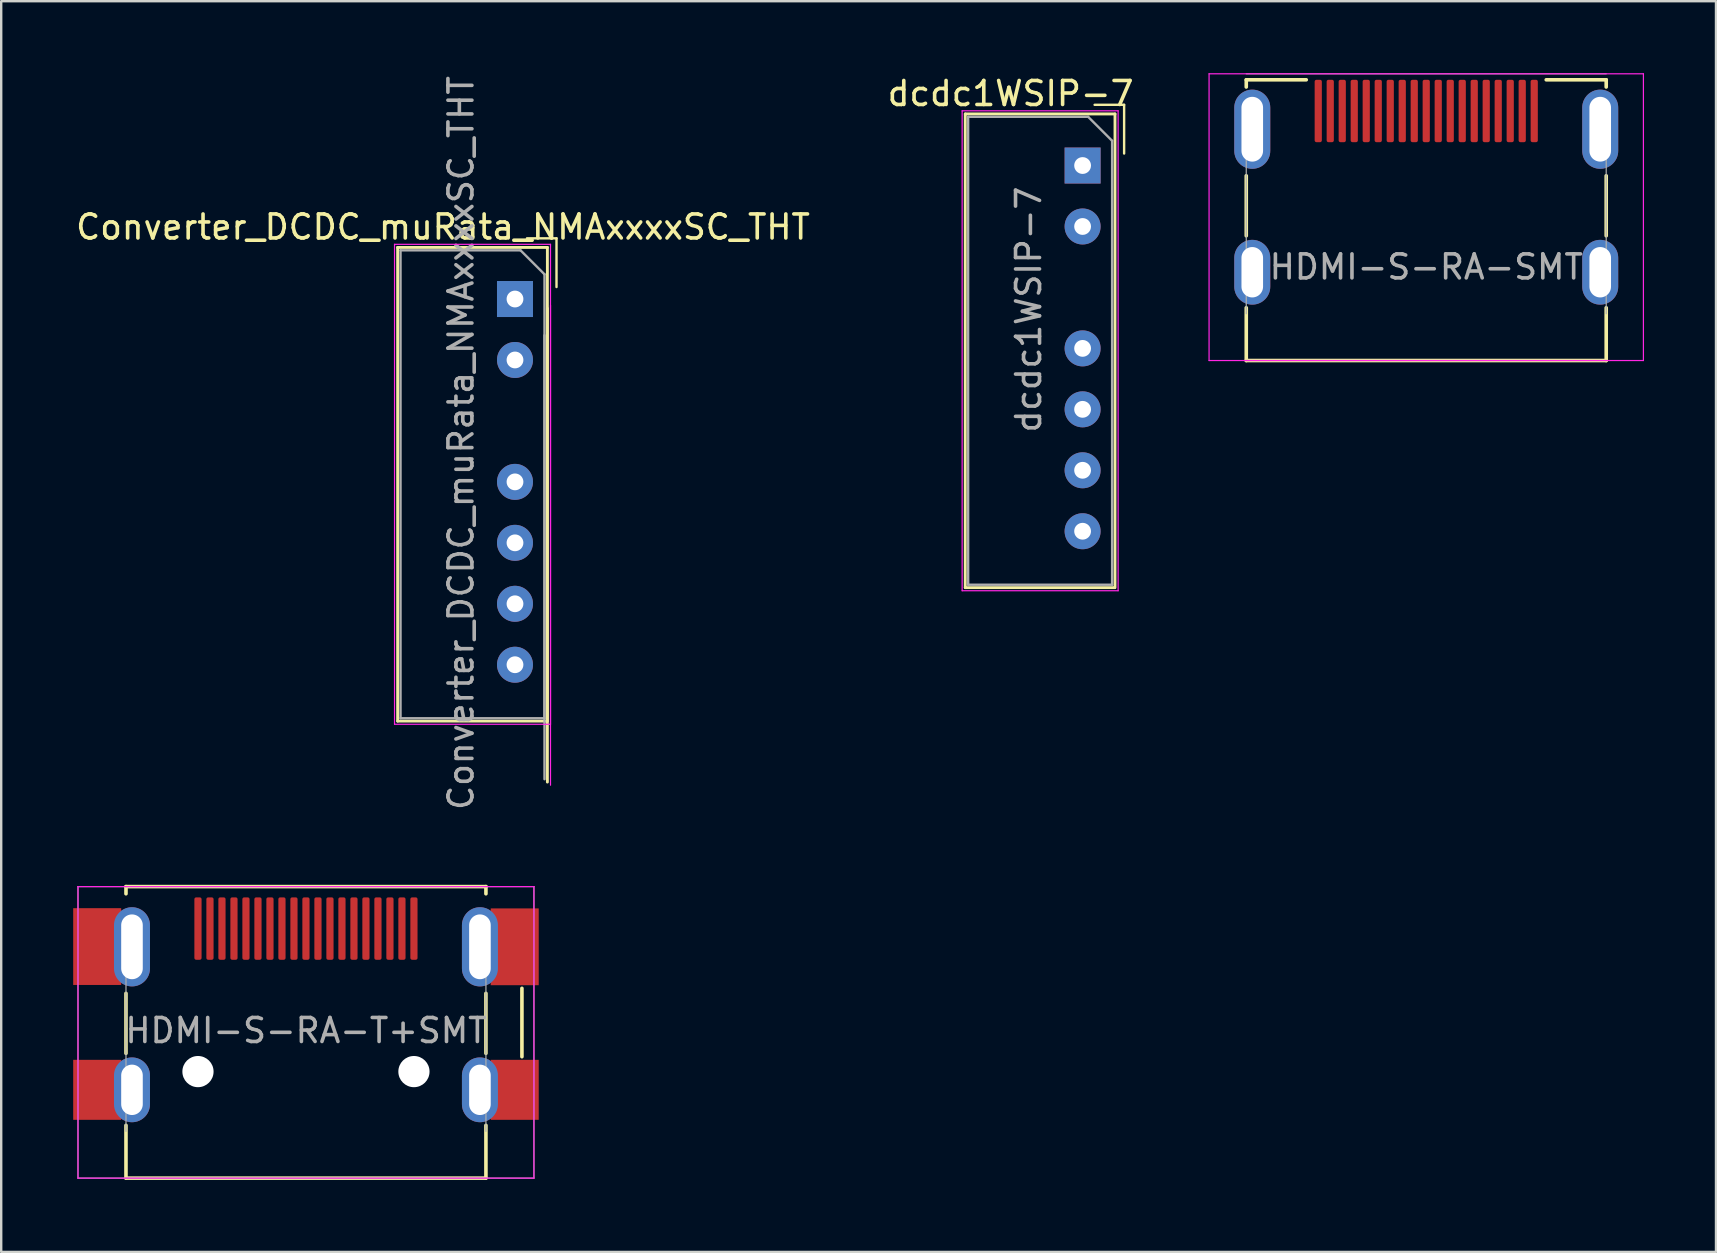
<source format=kicad_pcb>
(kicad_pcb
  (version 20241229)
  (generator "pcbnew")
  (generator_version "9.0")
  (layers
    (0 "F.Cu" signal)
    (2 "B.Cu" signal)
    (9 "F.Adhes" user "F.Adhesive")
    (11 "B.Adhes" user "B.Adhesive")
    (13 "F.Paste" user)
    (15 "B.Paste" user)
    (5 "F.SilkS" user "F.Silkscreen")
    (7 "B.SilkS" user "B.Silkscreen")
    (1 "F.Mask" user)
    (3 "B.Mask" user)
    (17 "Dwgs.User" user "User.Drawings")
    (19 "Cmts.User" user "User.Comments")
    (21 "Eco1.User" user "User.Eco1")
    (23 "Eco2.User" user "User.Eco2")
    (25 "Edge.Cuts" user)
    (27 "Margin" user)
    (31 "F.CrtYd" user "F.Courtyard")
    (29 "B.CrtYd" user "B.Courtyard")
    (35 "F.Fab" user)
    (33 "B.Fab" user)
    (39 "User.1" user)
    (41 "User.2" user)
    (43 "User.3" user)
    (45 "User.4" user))
  (footprint "Converter_DCDC_muRata_NMAxxxxSC_THT"
    (layer "F.Cu")
    (at 18.411 9.411)
    (property "Reference" "Converter_DCDC_muRata_NMAxxxxSC_THT" (at -3 -3 0) (layer "F.SilkS") (effects (font (size 1 1) (thickness 0.15))))
    (attr through_hole)
    (fp_line (start -4.89 -2.15) (end -4.89 17.59) (stroke (width 0.12) (type solid)) (layer "F.SilkS"))
    (fp_line (start -4.89 17.59) (end 1.33 17.59) (stroke (width 0.12) (type solid)) (layer "F.SilkS"))
    (fp_line (start 1.35 -2.15) (end -4.89 -2.15) (stroke (width 0.12) (type solid)) (layer "F.SilkS"))
    (fp_line (start 1.35 17.59) (end 1.35 -2.15) (stroke (width 0.12) (type solid)) (layer "F.SilkS"))
    (fp_line (start 1.35 20.13) (end 1.35 0.39) (stroke (width 0.12) (type solid)) (layer "F.SilkS"))
    (fp_line (start 1.73 -2.53) (end 0.5 -2.53) (stroke (width 0.1) (type solid)) (layer "F.SilkS"))
    (fp_line (start 1.73 -2.53) (end 1.73 -0.5) (stroke (width 0.1) (type solid)) (layer "F.SilkS"))
    (fp_line (start -5.02 -2.28) (end -5.02 17.72) (stroke (width 0.05) (type solid)) (layer "F.CrtYd"))
    (fp_line (start -5.02 17.72) (end 1.48 17.72) (stroke (width 0.05) (type solid)) (layer "F.CrtYd"))
    (fp_line (start 1.48 -2.28) (end -5.02 -2.28) (stroke (width 0.05) (type solid)) (layer "F.CrtYd"))
    (fp_line (start 1.48 17.72) (end 1.48 -2.28) (stroke (width 0.05) (type solid)) (layer "F.CrtYd"))
    (fp_line (start 1.48 20.26) (end 1.48 0.26) (stroke (width 0.05) (type solid)) (layer "F.CrtYd"))
    (fp_line (start -4.77 -2.03) (end -4.77 17.47) (stroke (width 0.1) (type solid)) (layer "F.Fab"))
    (fp_line (start -4.77 17.47) (end 1.23 17.47) (stroke (width 0.1) (type solid)) (layer "F.Fab"))
    (fp_line (start 0.23 -2.03) (end -4.77 -2.03) (stroke (width 0.1) (type solid)) (layer "F.Fab"))
    (fp_line (start 0.23 -2.03) (end 1.23 -1.03) (stroke (width 0.1) (type solid)) (layer "F.Fab"))
    (fp_line (start 1.23 17.47) (end 1.23 -1.03) (stroke (width 0.1) (type solid)) (layer "F.Fab"))
    (fp_line (start 1.23 20.01) (end 1.23 1.51) (stroke (width 0.1) (type solid)) (layer "F.Fab"))
    (fp_text user "${REFERENCE}" (at -2.25 6 90) (layer "F.Fab") (effects (font (size 1 1) (thickness 0.15))))
    (pad "1" thru_hole rect (at 0 0) (size 1.5 1.5) (drill 0.7) (layers "*.Cu" "*.Mask"))
    (pad "2" thru_hole oval (at 0 2.54) (size 1.5 1.5) (drill 0.7) (layers "*.Cu" "*.Mask"))
    (pad "4" thru_hole oval (at 0 7.62) (size 1.5 1.5) (drill 0.7) (layers "*.Cu" "*.Mask"))
    (pad "5" thru_hole oval (at 0 10.16) (size 1.5 1.5) (drill 0.7) (layers "*.Cu" "*.Mask"))
    (pad "6" thru_hole oval (at 0 12.7) (size 1.5 1.5) (drill 0.7) (layers "*.Cu" "*.Mask"))
    (pad "7" thru_hole oval (at 0 15.24) (size 1.5 1.5) (drill 0.7) (layers "*.Cu" "*.Mask")))
  (footprint "dcdc1WSIP-7"
    (layer "F.Cu")
    (at 42.065 3.848)
    (property "Reference" "dcdc1WSIP-7" (at -3 -3 0) (layer "F.SilkS") (effects (font (size 1 1) (thickness 0.15))))
    (attr through_hole)
    (fp_line (start -4.89 -2.15) (end -4.89 17.59) (stroke (width 0.12) (type solid)) (layer "F.SilkS"))
    (fp_line (start -4.89 17.59) (end 1.33 17.59) (stroke (width 0.12) (type solid)) (layer "F.SilkS"))
    (fp_line (start 1.35 -2.15) (end -4.89 -2.15) (stroke (width 0.12) (type solid)) (layer "F.SilkS"))
    (fp_line (start 1.35 17.59) (end 1.35 -2.15) (stroke (width 0.12) (type solid)) (layer "F.SilkS"))
    (fp_line (start 1.73 -2.53) (end 0.5 -2.53) (stroke (width 0.1) (type solid)) (layer "F.SilkS"))
    (fp_line (start 1.73 -2.53) (end 1.73 -0.5) (stroke (width 0.1) (type solid)) (layer "F.SilkS"))
    (fp_line (start -5.02 -2.28) (end -5.02 17.72) (stroke (width 0.05) (type solid)) (layer "F.CrtYd"))
    (fp_line (start -5.02 17.72) (end 1.48 17.72) (stroke (width 0.05) (type solid)) (layer "F.CrtYd"))
    (fp_line (start 1.48 -2.28) (end -5.02 -2.28) (stroke (width 0.05) (type solid)) (layer "F.CrtYd"))
    (fp_line (start 1.48 17.72) (end 1.48 -2.28) (stroke (width 0.05) (type solid)) (layer "F.CrtYd"))
    (fp_line (start -4.77 -2.03) (end -4.77 17.47) (stroke (width 0.1) (type solid)) (layer "F.Fab"))
    (fp_line (start -4.77 17.47) (end 1.23 17.47) (stroke (width 0.1) (type solid)) (layer "F.Fab"))
    (fp_line (start 0.23 -2.03) (end -4.77 -2.03) (stroke (width 0.1) (type solid)) (layer "F.Fab"))
    (fp_line (start 0.23 -2.03) (end 1.23 -1.03) (stroke (width 0.1) (type solid)) (layer "F.Fab"))
    (fp_line (start 1.23 17.47) (end 1.23 -1.03) (stroke (width 0.1) (type solid)) (layer "F.Fab"))
    (fp_text user "${REFERENCE}" (at -2.25 6 90) (layer "F.Fab") (effects (font (size 1 1) (thickness 0.15))))
    (pad "1" thru_hole rect (at 0 0) (size 1.5 1.5) (drill 0.7) (layers "*.Cu" "*.Mask"))
    (pad "2" thru_hole oval (at 0 2.54) (size 1.5 1.5) (drill 0.7) (layers "*.Cu" "*.Mask"))
    (pad "4" thru_hole oval (at 0 7.62) (size 1.5 1.5) (drill 0.7) (layers "*.Cu" "*.Mask"))
    (pad "5" thru_hole oval (at 0 10.16) (size 1.5 1.5) (drill 0.7) (layers "*.Cu" "*.Mask"))
    (pad "6" thru_hole oval (at 0 12.7) (size 1.5 1.5) (drill 0.7) (layers "*.Cu" "*.Mask"))
    (pad "7" thru_hole oval (at 0 15.24) (size 1.5 1.5) (drill 0.7) (layers "*.Cu" "*.Mask")))
  (footprint "HDMI-S-RA-SMT"
    (layer "F.Cu")
    (at 56.385 0.275)
    (property "Reference" "HDMI-S-RA-SMT" (at 0 7.8 0) (layer "F.Fab") (effects (font (size 1 1) (thickness 0.15))))
    (attr through_hole)
    (fp_line (start -7.5 0) (end -7.5 0.3) (stroke (width 0.15) (type solid)) (layer "F.SilkS"))
    (fp_line (start -7.5 0) (end -5 0) (stroke (width 0.15) (type solid)) (layer "F.SilkS"))
    (fp_line (start -7.5 6.5) (end -7.5 4) (stroke (width 0.15) (type solid)) (layer "F.SilkS"))
    (fp_line (start -7.5 11.7) (end -7.5 9.5) (stroke (width 0.15) (type solid)) (layer "F.SilkS"))
    (fp_line (start -7.5 11.7) (end 7.5 11.7) (stroke (width 0.15) (type solid)) (layer "F.SilkS"))
    (fp_line (start 5 0) (end 7.5 0) (stroke (width 0.15) (type solid)) (layer "F.SilkS"))
    (fp_line (start 7.5 0) (end 7.5 0.3) (stroke (width 0.15) (type solid)) (layer "F.SilkS"))
    (fp_line (start 7.5 6.5) (end 7.5 4) (stroke (width 0.15) (type solid)) (layer "F.SilkS"))
    (fp_line (start 7.5 9.5) (end 7.5 11.7) (stroke (width 0.15) (type solid)) (layer "F.SilkS"))
    (fp_line (start -9.05 -0.25) (end -9.05 11.7) (stroke (width 0.05) (type solid)) (layer "F.CrtYd"))
    (fp_line (start -9.05 -0.25) (end 9.05 -0.25) (stroke (width 0.05) (type solid)) (layer "F.CrtYd"))
    (fp_line (start -9.05 11.7) (end 9.05 11.7) (stroke (width 0.05) (type solid)) (layer "F.CrtYd"))
    (fp_line (start 9.05 11.7) (end 9.05 -0.25) (stroke (width 0.05) (type solid)) (layer "F.CrtYd"))
    (fp_line (start -7.5 -0.25) (end 7.5 -0.25) (stroke (width 0.05) (type solid)) (layer "F.Fab"))
    (fp_line (start -7.5 9.75) (end -7.5 0.95) (stroke (width 0.05) (type solid)) (layer "F.Fab"))
    (fp_line (start -7.5 11.7) (end 7.5 11.7) (stroke (width 0.05) (type solid)) (layer "F.Fab"))
    (fp_line (start 7.5 0.95) (end 7.5 9.75) (stroke (width 0.05) (type solid)) (layer "F.Fab"))
    (pad "1" smd roundrect (at 4.5 1.3) (size 0.3 2.6) (layers "F.Cu" "F.Mask" "F.Paste") (roundrect_rratio 0.25))
    (pad "2" smd roundrect (at 4 1.3) (size 0.3 2.6) (layers "F.Cu" "F.Mask" "F.Paste") (roundrect_rratio 0.25))
    (pad "3" smd roundrect (at 3.5 1.3) (size 0.3 2.6) (layers "F.Cu" "F.Mask" "F.Paste") (roundrect_rratio 0.25))
    (pad "4" smd roundrect (at 3 1.3) (size 0.3 2.6) (layers "F.Cu" "F.Mask" "F.Paste") (roundrect_rratio 0.25))
    (pad "5" smd roundrect (at 2.5 1.3) (size 0.3 2.6) (layers "F.Cu" "F.Mask" "F.Paste") (roundrect_rratio 0.25))
    (pad "6" smd roundrect (at 2 1.3) (size 0.3 2.6) (layers "F.Cu" "F.Mask" "F.Paste") (roundrect_rratio 0.25))
    (pad "7" smd roundrect (at 1.5 1.3) (size 0.3 2.6) (layers "F.Cu" "F.Mask" "F.Paste") (roundrect_rratio 0.25))
    (pad "8" smd roundrect (at 1 1.3) (size 0.3 2.6) (layers "F.Cu" "F.Mask" "F.Paste") (roundrect_rratio 0.25))
    (pad "9" smd roundrect (at 0.5 1.3) (size 0.3 2.6) (layers "F.Cu" "F.Mask" "F.Paste") (roundrect_rratio 0.25))
    (pad "10" smd roundrect (at 0 1.3) (size 0.3 2.6) (layers "F.Cu" "F.Mask" "F.Paste") (roundrect_rratio 0.25))
    (pad "11" smd roundrect (at -0.5 1.3) (size 0.3 2.6) (layers "F.Cu" "F.Mask" "F.Paste") (roundrect_rratio 0.25))
    (pad "12" smd roundrect (at -1 1.3) (size 0.3 2.6) (layers "F.Cu" "F.Mask" "F.Paste") (roundrect_rratio 0.25))
    (pad "13" smd roundrect (at -1.5 1.3) (size 0.3 2.6) (layers "F.Cu" "F.Mask" "F.Paste") (roundrect_rratio 0.25))
    (pad "14" smd roundrect (at -2 1.3) (size 0.3 2.6) (layers "F.Cu" "F.Mask" "F.Paste") (roundrect_rratio 0.25))
    (pad "15" smd roundrect (at -2.5 1.3) (size 0.3 2.6) (layers "F.Cu" "F.Mask" "F.Paste") (roundrect_rratio 0.25))
    (pad "16" smd roundrect (at -3 1.3) (size 0.3 2.6) (layers "F.Cu" "F.Mask" "F.Paste") (roundrect_rratio 0.25))
    (pad "17" smd roundrect (at -3.5 1.3) (size 0.3 2.6) (layers "F.Cu" "F.Mask" "F.Paste") (roundrect_rratio 0.25))
    (pad "18" smd roundrect (at -4 1.3) (size 0.3 2.6) (layers "F.Cu" "F.Mask" "F.Paste") (roundrect_rratio 0.25))
    (pad "19" smd roundrect (at -4.5 1.3) (size 0.3 2.6) (layers "F.Cu" "F.Mask" "F.Paste") (roundrect_rratio 0.25))
    (pad "SH" thru_hole oval (at -7.25 2.06) (size 1.5 3.3) (drill oval 0.9 2.7) (layers "*.Cu" "*.Mask"))
    (pad "SH" thru_hole oval (at -7.25 8.02) (size 1.5 2.7) (drill oval 0.9 2.1) (layers "*.Cu" "*.Mask"))
    (pad "SH" thru_hole oval (at 7.25 2.06) (size 1.5 3.3) (drill oval 0.9 2.7) (layers "*.Cu" "*.Mask"))
    (pad "SH" thru_hole oval (at 7.25 8.02) (size 1.5 2.7) (drill oval 0.9 2.1) (layers "*.Cu" "*.Mask")))
  (footprint "HDMI-S-RA-T+SMT"
    (layer "F.Cu")
    (at 9.7 34.346)
    (property "Reference" "HDMI-S-RA-T+SMT" (at 0 5.55 0) (layer "F.Fab") (effects (font (size 1 1) (thickness 0.15))))
    (attr through_hole)
    (fp_line (start -7.5 -0.45) (end -7.5 -0.15) (stroke (width 0.15) (type solid)) (layer "F.SilkS"))
    (fp_line (start -7.5 -0.45) (end 7.5 -0.45) (stroke (width 0.15) (type solid)) (layer "F.SilkS"))
    (fp_line (start -7.5 6.5) (end -7.5 4) (stroke (width 0.15) (type solid)) (layer "F.SilkS"))
    (fp_line (start -7.5 11.7) (end -7.5 9.5) (stroke (width 0.15) (type solid)) (layer "F.SilkS"))
    (fp_line (start -7.5 11.7) (end 7.5 11.7) (stroke (width 0.15) (type solid)) (layer "F.SilkS"))
    (fp_line (start 7.5 -0.45) (end 7.5 -0.15) (stroke (width 0.15) (type solid)) (layer "F.SilkS"))
    (fp_line (start 7.5 6.5) (end 7.5 4) (stroke (width 0.15) (type solid)) (layer "F.SilkS"))
    (fp_line (start 7.5 9.5) (end 7.5 11.7) (stroke (width 0.15) (type solid)) (layer "F.SilkS"))
    (fp_line (start 9 6.64) (end 9 3.79) (stroke (width 0.15) (type solid)) (layer "F.SilkS"))
    (fp_line (start -9.5 -0.45) (end -9.5 11.7) (stroke (width 0.05) (type solid)) (layer "F.CrtYd"))
    (fp_line (start -9.5 -0.45) (end 9.5 -0.45) (stroke (width 0.05) (type solid)) (layer "F.CrtYd"))
    (fp_line (start -9.5 11.7) (end 9.5 11.7) (stroke (width 0.05) (type solid)) (layer "F.CrtYd"))
    (fp_line (start 9.5 -0.45) (end 9.5 11.7) (stroke (width 0.05) (type solid)) (layer "F.CrtYd"))
    (fp_line (start -9.5 -0.45) (end 9.5 -0.45) (stroke (width 0.05) (type solid)) (layer "F.Fab"))
    (fp_line (start -9.5 11.7) (end -9.5 -0.45) (stroke (width 0.05) (type solid)) (layer "F.Fab"))
    (fp_line (start -9.5 11.7) (end 9.5 11.7) (stroke (width 0.05) (type solid)) (layer "F.Fab"))
    (fp_line (start -7.5 9.75) (end -7.5 0.95) (stroke (width 0.05) (type solid)) (layer "F.Fab"))
    (fp_line (start 7.5 0.95) (end 7.5 9.75) (stroke (width 0.05) (type solid)) (layer "F.Fab"))
    (fp_line (start 9.5 -0.45) (end 9.5 11.7) (stroke (width 0.05) (type solid)) (layer "F.Fab"))
    (pad "" np_thru_hole circle (at -4.5 7.26) (size 1.3 1.3) (drill 1.3) (layers "*.Cu" "*.Mask"))
    (pad "" np_thru_hole circle (at 4.5 7.26) (size 1.3 1.3) (drill 1.3) (layers "*.Cu" "*.Mask"))
    (pad "1" smd roundrect (at 4.5 1.3) (size 0.3 2.6) (layers "F.Cu" "F.Mask" "F.Paste") (roundrect_rratio 0.25))
    (pad "2" smd roundrect (at 4 1.3) (size 0.3 2.6) (layers "F.Cu" "F.Mask" "F.Paste") (roundrect_rratio 0.25))
    (pad "3" smd roundrect (at 3.5 1.3) (size 0.3 2.6) (layers "F.Cu" "F.Mask" "F.Paste") (roundrect_rratio 0.25))
    (pad "4" smd roundrect (at 3 1.3) (size 0.3 2.6) (layers "F.Cu" "F.Mask" "F.Paste") (roundrect_rratio 0.25))
    (pad "5" smd roundrect (at 2.5 1.3) (size 0.3 2.6) (layers "F.Cu" "F.Mask" "F.Paste") (roundrect_rratio 0.25))
    (pad "6" smd roundrect (at 2 1.3) (size 0.3 2.6) (layers "F.Cu" "F.Mask" "F.Paste") (roundrect_rratio 0.25))
    (pad "7" smd roundrect (at 1.5 1.3) (size 0.3 2.6) (layers "F.Cu" "F.Mask" "F.Paste") (roundrect_rratio 0.25))
    (pad "8" smd roundrect (at 1 1.3) (size 0.3 2.6) (layers "F.Cu" "F.Mask" "F.Paste") (roundrect_rratio 0.25))
    (pad "9" smd roundrect (at 0.5 1.3) (size 0.3 2.6) (layers "F.Cu" "F.Mask" "F.Paste") (roundrect_rratio 0.25))
    (pad "10" smd roundrect (at 0 1.3) (size 0.3 2.6) (layers "F.Cu" "F.Mask" "F.Paste") (roundrect_rratio 0.25))
    (pad "11" smd roundrect (at -0.5 1.3) (size 0.3 2.6) (layers "F.Cu" "F.Mask" "F.Paste") (roundrect_rratio 0.25))
    (pad "12" smd roundrect (at -1 1.3) (size 0.3 2.6) (layers "F.Cu" "F.Mask" "F.Paste") (roundrect_rratio 0.25))
    (pad "13" smd roundrect (at -1.5 1.3) (size 0.3 2.6) (layers "F.Cu" "F.Mask" "F.Paste") (roundrect_rratio 0.25))
    (pad "14" smd roundrect (at -2 1.3) (size 0.3 2.6) (layers "F.Cu" "F.Mask" "F.Paste") (roundrect_rratio 0.25))
    (pad "15" smd roundrect (at -2.5 1.3) (size 0.3 2.6) (layers "F.Cu" "F.Mask" "F.Paste") (roundrect_rratio 0.25))
    (pad "16" smd roundrect (at -3 1.3) (size 0.3 2.6) (layers "F.Cu" "F.Mask" "F.Paste") (roundrect_rratio 0.25))
    (pad "17" smd roundrect (at -3.5 1.3) (size 0.3 2.6) (layers "F.Cu" "F.Mask" "F.Paste") (roundrect_rratio 0.25))
    (pad "18" smd roundrect (at -4 1.3) (size 0.3 2.6) (layers "F.Cu" "F.Mask" "F.Paste") (roundrect_rratio 0.25))
    (pad "19" smd roundrect (at -4.5 1.3) (size 0.3 2.6) (layers "F.Cu" "F.Mask" "F.Paste") (roundrect_rratio 0.25))
    (pad "SH" smd rect (at -8.7 2.05) (size 2 3.2) (layers "F.Cu" "F.Mask" "F.Paste"))
    (pad "SH" smd rect (at -8.7 8.02) (size 2 2.5) (layers "F.Cu" "F.Mask" "F.Paste"))
    (pad "SH" thru_hole oval (at -7.25 2.06) (size 1.5 3.3) (drill oval 0.9 2.7) (layers "*.Cu" "*.Mask"))
    (pad "SH" thru_hole oval (at -7.25 8.02) (size 1.5 2.7) (drill oval 0.9 2.1) (layers "*.Cu" "*.Mask"))
    (pad "SH" thru_hole oval (at 7.25 2.06) (size 1.5 3.3) (drill oval 0.9 2.7) (layers "*.Cu" "*.Mask"))
    (pad "SH" thru_hole oval (at 7.25 8.02) (size 1.5 2.7) (drill oval 0.9 2.1) (layers "*.Cu" "*.Mask"))
    (pad "SH" smd rect (at 8.7 2.06) (size 2 3.2) (layers "F.Cu" "F.Mask" "F.Paste"))
    (pad "SH" smd rect (at 8.7 8.02) (size 2 2.5) (layers "F.Cu" "F.Mask" "F.Paste")))
  (gr_rect
    (start -3 -3)
    (end 68.46 49.121)
    (stroke (width 0.1) (type default))
    (fill no)
    (layer "Edge.Cuts")))
</source>
